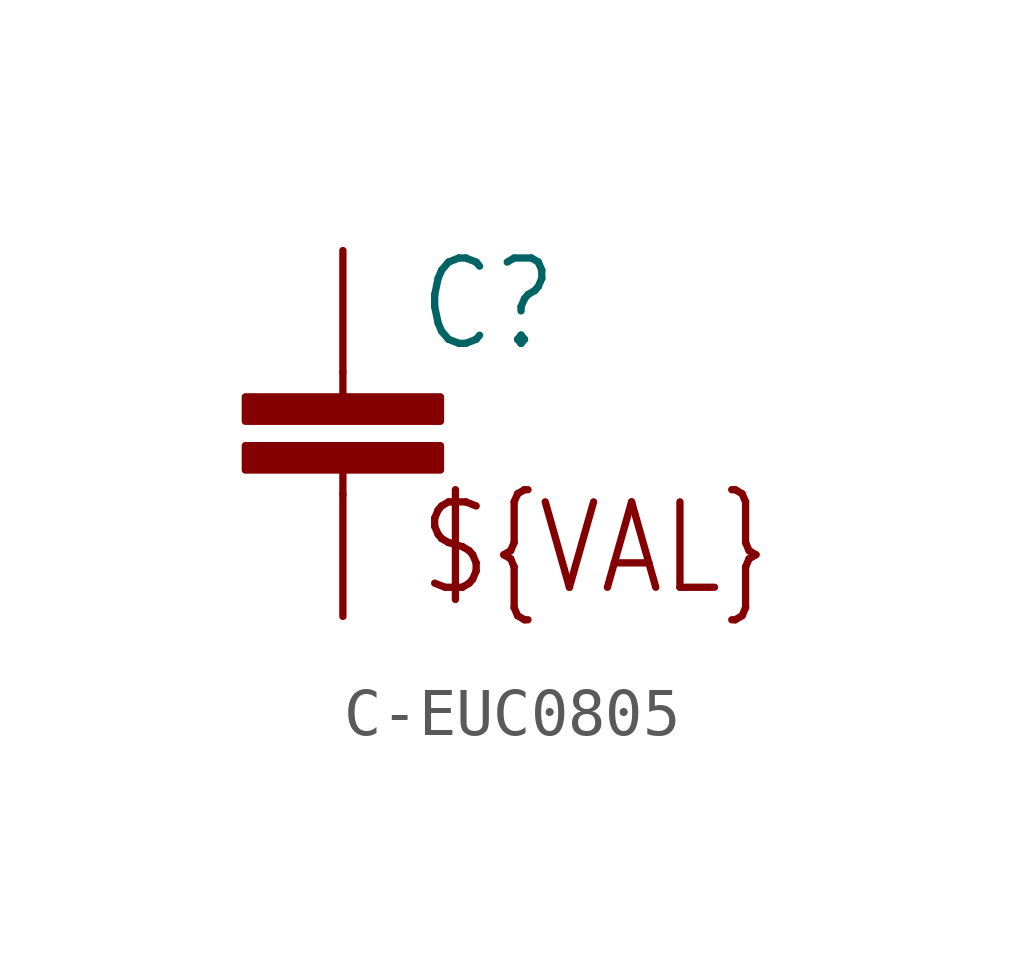
<source format=kicad_sym>
(kicad_symbol_lib
  (version 20231120)
  (generator "kicad_symbol_editor")
  (generator_version "8.0")
  (symbol "C-EUC0805"
    (property "Reference" "C"
      (at 1.524 0.381 0)
      (effects (font (size 1.778 1.511)) (justify left bottom)))
    (property "ki_locked" ""
      (at 0 0 0)
      (effects (font (size 1.27 1.27))))
    (symbol "C-EUC0805_1_0"
      (rectangle (start -2.032 -2.032) (end 2.032 -1.524) (stroke (width 0) (type default)) (fill (type outline)))
      (rectangle (start -2.032 -1.016) (end 2.032 -0.508) (stroke (width 0) (type default)) (fill (type outline)))
      (polyline (pts (xy 0 -2.54) (xy 0 -2.032)) (stroke (width 0.152) (type solid)) (fill (type none)))
      (polyline (pts (xy 0 0) (xy 0 -0.508)) (stroke (width 0.152) (type solid)) (fill (type none)))
      (text "${VAL}" (at 1.524 -4.699 0) (effects (font (size 1.778 1.511)) (justify left bottom)))
      (pin passive line (at 0 2.54 270) (length 2.54) (name "1" (effects (font (size 0 0)))) (number "1" (effects (font (size 0 0)))))
      (pin passive line (at 0 -5.08 90) (length 2.54) (name "2" (effects (font (size 0 0)))) (number "2" (effects (font (size 0 0))))))))
</source>
